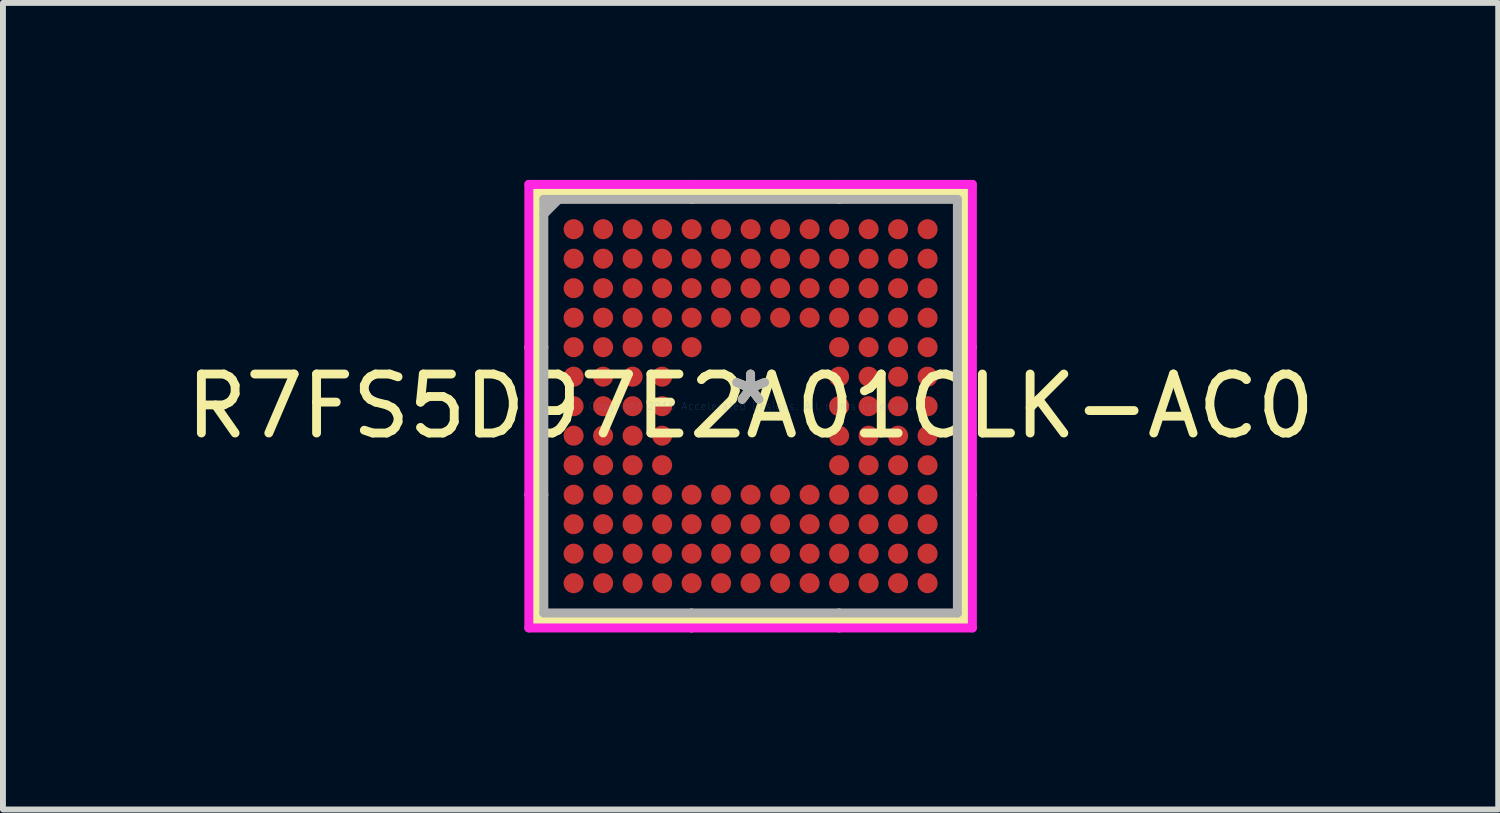
<source format=kicad_pcb>
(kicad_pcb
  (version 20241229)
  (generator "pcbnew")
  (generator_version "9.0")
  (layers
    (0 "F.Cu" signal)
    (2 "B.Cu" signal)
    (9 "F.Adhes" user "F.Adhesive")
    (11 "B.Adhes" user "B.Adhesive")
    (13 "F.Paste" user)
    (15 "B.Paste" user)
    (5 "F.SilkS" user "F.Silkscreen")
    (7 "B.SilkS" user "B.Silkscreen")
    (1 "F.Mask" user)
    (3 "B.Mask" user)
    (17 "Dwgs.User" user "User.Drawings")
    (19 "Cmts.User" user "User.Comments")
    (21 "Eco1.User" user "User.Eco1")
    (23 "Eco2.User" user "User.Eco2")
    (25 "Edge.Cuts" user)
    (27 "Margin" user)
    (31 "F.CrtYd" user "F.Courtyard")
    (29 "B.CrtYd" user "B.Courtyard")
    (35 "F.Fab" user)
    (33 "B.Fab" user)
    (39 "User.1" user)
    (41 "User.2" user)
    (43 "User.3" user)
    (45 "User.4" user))
  (footprint "R7FS5D97E2A01CLK-AC0"
    (layer "F.Cu")
    (at 9.673 3.835)
    (property "Reference" "R7FS5D97E2A01CLK-AC0" (at 0 0 0) (layer "F.SilkS") (effects (font (size 1 1) (thickness 0.15))))
    (attr through_hole)
    (fp_line (start -3.632 -3.632) (end -3.632 3.632) (stroke (width 0.152) (type solid)) (layer "F.SilkS"))
    (fp_line (start -3.632 3.632) (end 3.632 3.632) (stroke (width 0.152) (type solid)) (layer "F.SilkS"))
    (fp_line (start -3.505 -1) (end -3.759 -1) (stroke (width 0.152) (type solid)) (layer "F.SilkS"))
    (fp_line (start -3.505 1.5) (end -3.759 1.5) (stroke (width 0.152) (type solid)) (layer "F.SilkS"))
    (fp_line (start -1 -3.505) (end -1 -3.759) (stroke (width 0.152) (type solid)) (layer "F.SilkS"))
    (fp_line (start -1 3.505) (end -1 3.759) (stroke (width 0.152) (type solid)) (layer "F.SilkS"))
    (fp_line (start 1.5 -3.505) (end 1.5 -3.759) (stroke (width 0.152) (type solid)) (layer "F.SilkS"))
    (fp_line (start 1.5 3.505) (end 1.5 3.759) (stroke (width 0.152) (type solid)) (layer "F.SilkS"))
    (fp_line (start 3.505 -1) (end 3.759 -1) (stroke (width 0.152) (type solid)) (layer "F.SilkS"))
    (fp_line (start 3.505 1.5) (end 3.759 1.5) (stroke (width 0.152) (type solid)) (layer "F.SilkS"))
    (fp_line (start 3.632 -3.632) (end -3.632 -3.632) (stroke (width 0.152) (type solid)) (layer "F.SilkS"))
    (fp_line (start 3.632 3.632) (end 3.632 -3.632) (stroke (width 0.152) (type solid)) (layer "F.SilkS"))
    (fp_line (start -3.759 -3.759) (end 3.759 -3.759) (stroke (width 0.152) (type solid)) (layer "F.CrtYd"))
    (fp_line (start -3.759 3.759) (end -3.759 -3.759) (stroke (width 0.152) (type solid)) (layer "F.CrtYd"))
    (fp_line (start 3.759 -3.759) (end 3.759 3.759) (stroke (width 0.152) (type solid)) (layer "F.CrtYd"))
    (fp_line (start 3.759 3.759) (end -3.759 3.759) (stroke (width 0.152) (type solid)) (layer "F.CrtYd"))
    (fp_line (start -3.505 -3.505) (end -3.505 3.505) (stroke (width 0.152) (type solid)) (layer "F.Fab"))
    (fp_line (start -3.505 3.505) (end 3.505 3.505) (stroke (width 0.152) (type solid)) (layer "F.Fab"))
    (fp_line (start -3.255 -3.505) (end -3.505 -3.255) (stroke (width 0.152) (type solid)) (layer "F.Fab"))
    (fp_line (start 3.505 -3.505) (end -3.505 -3.505) (stroke (width 0.152) (type solid)) (layer "F.Fab"))
    (fp_line (start 3.505 3.505) (end 3.505 -3.505) (stroke (width 0.152) (type solid)) (layer "F.Fab"))
    (fp_text user "*" (at 0 0 0) (layer "F.SilkS") (effects (font (size 1 1) (thickness 0.15))))
    (fp_text user "Copyright 2016 Accelerated Designs. All rights reserved." (at 0 0 0) (layer "Cmts.User") (effects (font (size 0.127 0.127) (thickness 0.002))))
    (fp_text user "*" (at 0 0 0) (layer "F.Fab") (effects (font (size 1 1) (thickness 0.15))))
    (pad "A1" smd circle (at -3 -3) (size 0.34 0.34) (layers "F.Cu" "F.Mask" "F.Paste"))
    (pad "A2" smd circle (at -2.5 -3) (size 0.34 0.34) (layers "F.Cu" "F.Mask" "F.Paste"))
    (pad "A3" smd circle (at -2 -3) (size 0.34 0.34) (layers "F.Cu" "F.Mask" "F.Paste"))
    (pad "A4" smd circle (at -1.5 -3) (size 0.34 0.34) (layers "F.Cu" "F.Mask" "F.Paste"))
    (pad "A5" smd circle (at -1 -3) (size 0.34 0.34) (layers "F.Cu" "F.Mask" "F.Paste"))
    (pad "A6" smd circle (at -0.5 -3) (size 0.34 0.34) (layers "F.Cu" "F.Mask" "F.Paste"))
    (pad "A7" smd circle (at 0 -3) (size 0.34 0.34) (layers "F.Cu" "F.Mask" "F.Paste"))
    (pad "A8" smd circle (at 0.5 -3) (size 0.34 0.34) (layers "F.Cu" "F.Mask" "F.Paste"))
    (pad "A9" smd circle (at 1 -3) (size 0.34 0.34) (layers "F.Cu" "F.Mask" "F.Paste"))
    (pad "A10" smd circle (at 1.5 -3) (size 0.34 0.34) (layers "F.Cu" "F.Mask" "F.Paste"))
    (pad "A11" smd circle (at 2 -3) (size 0.34 0.34) (layers "F.Cu" "F.Mask" "F.Paste"))
    (pad "A12" smd circle (at 2.5 -3) (size 0.34 0.34) (layers "F.Cu" "F.Mask" "F.Paste"))
    (pad "A13" smd circle (at 3 -3) (size 0.34 0.34) (layers "F.Cu" "F.Mask" "F.Paste"))
    (pad "B1" smd circle (at -3 -2.5) (size 0.34 0.34) (layers "F.Cu" "F.Mask" "F.Paste"))
    (pad "B2" smd circle (at -2.5 -2.5) (size 0.34 0.34) (layers "F.Cu" "F.Mask" "F.Paste"))
    (pad "B3" smd circle (at -2 -2.5) (size 0.34 0.34) (layers "F.Cu" "F.Mask" "F.Paste"))
    (pad "B4" smd circle (at -1.5 -2.5) (size 0.34 0.34) (layers "F.Cu" "F.Mask" "F.Paste"))
    (pad "B5" smd circle (at -1 -2.5) (size 0.34 0.34) (layers "F.Cu" "F.Mask" "F.Paste"))
    (pad "B6" smd circle (at -0.5 -2.5) (size 0.34 0.34) (layers "F.Cu" "F.Mask" "F.Paste"))
    (pad "B7" smd circle (at 0 -2.5) (size 0.34 0.34) (layers "F.Cu" "F.Mask" "F.Paste"))
    (pad "B8" smd circle (at 0.5 -2.5) (size 0.34 0.34) (layers "F.Cu" "F.Mask" "F.Paste"))
    (pad "B9" smd circle (at 1 -2.5) (size 0.34 0.34) (layers "F.Cu" "F.Mask" "F.Paste"))
    (pad "B10" smd circle (at 1.5 -2.5) (size 0.34 0.34) (layers "F.Cu" "F.Mask" "F.Paste"))
    (pad "B11" smd circle (at 2 -2.5) (size 0.34 0.34) (layers "F.Cu" "F.Mask" "F.Paste"))
    (pad "B12" smd circle (at 2.5 -2.5) (size 0.34 0.34) (layers "F.Cu" "F.Mask" "F.Paste"))
    (pad "B13" smd circle (at 3 -2.5) (size 0.34 0.34) (layers "F.Cu" "F.Mask" "F.Paste"))
    (pad "C1" smd circle (at -3 -2) (size 0.34 0.34) (layers "F.Cu" "F.Mask" "F.Paste"))
    (pad "C2" smd circle (at -2.5 -2) (size 0.34 0.34) (layers "F.Cu" "F.Mask" "F.Paste"))
    (pad "C3" smd circle (at -2 -2) (size 0.34 0.34) (layers "F.Cu" "F.Mask" "F.Paste"))
    (pad "C4" smd circle (at -1.5 -2) (size 0.34 0.34) (layers "F.Cu" "F.Mask" "F.Paste"))
    (pad "C5" smd circle (at -1 -2) (size 0.34 0.34) (layers "F.Cu" "F.Mask" "F.Paste"))
    (pad "C6" smd circle (at -0.5 -2) (size 0.34 0.34) (layers "F.Cu" "F.Mask" "F.Paste"))
    (pad "C7" smd circle (at 0 -2) (size 0.34 0.34) (layers "F.Cu" "F.Mask" "F.Paste"))
    (pad "C8" smd circle (at 0.5 -2) (size 0.34 0.34) (layers "F.Cu" "F.Mask" "F.Paste"))
    (pad "C9" smd circle (at 1 -2) (size 0.34 0.34) (layers "F.Cu" "F.Mask" "F.Paste"))
    (pad "C10" smd circle (at 1.5 -2) (size 0.34 0.34) (layers "F.Cu" "F.Mask" "F.Paste"))
    (pad "C11" smd circle (at 2 -2) (size 0.34 0.34) (layers "F.Cu" "F.Mask" "F.Paste"))
    (pad "C12" smd circle (at 2.5 -2) (size 0.34 0.34) (layers "F.Cu" "F.Mask" "F.Paste"))
    (pad "C13" smd circle (at 3 -2) (size 0.34 0.34) (layers "F.Cu" "F.Mask" "F.Paste"))
    (pad "D1" smd circle (at -3 -1.5) (size 0.34 0.34) (layers "F.Cu" "F.Mask" "F.Paste"))
    (pad "D2" smd circle (at -2.5 -1.5) (size 0.34 0.34) (layers "F.Cu" "F.Mask" "F.Paste"))
    (pad "D3" smd circle (at -2 -1.5) (size 0.34 0.34) (layers "F.Cu" "F.Mask" "F.Paste"))
    (pad "D4" smd circle (at -1.5 -1.5) (size 0.34 0.34) (layers "F.Cu" "F.Mask" "F.Paste"))
    (pad "D5" smd circle (at -1 -1.5) (size 0.34 0.34) (layers "F.Cu" "F.Mask" "F.Paste"))
    (pad "D6" smd circle (at -0.5 -1.5) (size 0.34 0.34) (layers "F.Cu" "F.Mask" "F.Paste"))
    (pad "D7" smd circle (at 0 -1.5) (size 0.34 0.34) (layers "F.Cu" "F.Mask" "F.Paste"))
    (pad "D8" smd circle (at 0.5 -1.5) (size 0.34 0.34) (layers "F.Cu" "F.Mask" "F.Paste"))
    (pad "D9" smd circle (at 1 -1.5) (size 0.34 0.34) (layers "F.Cu" "F.Mask" "F.Paste"))
    (pad "D10" smd circle (at 1.5 -1.5) (size 0.34 0.34) (layers "F.Cu" "F.Mask" "F.Paste"))
    (pad "D11" smd circle (at 2 -1.5) (size 0.34 0.34) (layers "F.Cu" "F.Mask" "F.Paste"))
    (pad "D12" smd circle (at 2.5 -1.5) (size 0.34 0.34) (layers "F.Cu" "F.Mask" "F.Paste"))
    (pad "D13" smd circle (at 3 -1.5) (size 0.34 0.34) (layers "F.Cu" "F.Mask" "F.Paste"))
    (pad "E1" smd circle (at -3 -1) (size 0.34 0.34) (layers "F.Cu" "F.Mask" "F.Paste"))
    (pad "E2" smd circle (at -2.5 -1) (size 0.34 0.34) (layers "F.Cu" "F.Mask" "F.Paste"))
    (pad "E3" smd circle (at -2 -1) (size 0.34 0.34) (layers "F.Cu" "F.Mask" "F.Paste"))
    (pad "E4" smd circle (at -1.5 -1) (size 0.34 0.34) (layers "F.Cu" "F.Mask" "F.Paste"))
    (pad "E5" smd circle (at -1 -1) (size 0.34 0.34) (layers "F.Cu" "F.Mask" "F.Paste"))
    (pad "E10" smd circle (at 1.5 -1) (size 0.34 0.34) (layers "F.Cu" "F.Mask" "F.Paste"))
    (pad "E11" smd circle (at 2 -1) (size 0.34 0.34) (layers "F.Cu" "F.Mask" "F.Paste"))
    (pad "E12" smd circle (at 2.5 -1) (size 0.34 0.34) (layers "F.Cu" "F.Mask" "F.Paste"))
    (pad "E13" smd circle (at 3 -1) (size 0.34 0.34) (layers "F.Cu" "F.Mask" "F.Paste"))
    (pad "F1" smd circle (at -3 -0.5) (size 0.34 0.34) (layers "F.Cu" "F.Mask" "F.Paste"))
    (pad "F2" smd circle (at -2.5 -0.5) (size 0.34 0.34) (layers "F.Cu" "F.Mask" "F.Paste"))
    (pad "F3" smd circle (at -2 -0.5) (size 0.34 0.34) (layers "F.Cu" "F.Mask" "F.Paste"))
    (pad "F4" smd circle (at -1.5 -0.5) (size 0.34 0.34) (layers "F.Cu" "F.Mask" "F.Paste"))
    (pad "F10" smd circle (at 1.5 -0.5) (size 0.34 0.34) (layers "F.Cu" "F.Mask" "F.Paste"))
    (pad "F11" smd circle (at 2 -0.5) (size 0.34 0.34) (layers "F.Cu" "F.Mask" "F.Paste"))
    (pad "F12" smd circle (at 2.5 -0.5) (size 0.34 0.34) (layers "F.Cu" "F.Mask" "F.Paste"))
    (pad "F13" smd circle (at 3 -0.5) (size 0.34 0.34) (layers "F.Cu" "F.Mask" "F.Paste"))
    (pad "G1" smd circle (at -3 0) (size 0.34 0.34) (layers "F.Cu" "F.Mask" "F.Paste"))
    (pad "G2" smd circle (at -2.5 0) (size 0.34 0.34) (layers "F.Cu" "F.Mask" "F.Paste"))
    (pad "G3" smd circle (at -2 0) (size 0.34 0.34) (layers "F.Cu" "F.Mask" "F.Paste"))
    (pad "G4" smd circle (at -1.5 0) (size 0.34 0.34) (layers "F.Cu" "F.Mask" "F.Paste"))
    (pad "G10" smd circle (at 1.5 0) (size 0.34 0.34) (layers "F.Cu" "F.Mask" "F.Paste"))
    (pad "G11" smd circle (at 2 0) (size 0.34 0.34) (layers "F.Cu" "F.Mask" "F.Paste"))
    (pad "G12" smd circle (at 2.5 0) (size 0.34 0.34) (layers "F.Cu" "F.Mask" "F.Paste"))
    (pad "G13" smd circle (at 3 0) (size 0.34 0.34) (layers "F.Cu" "F.Mask" "F.Paste"))
    (pad "H1" smd circle (at -3 0.5) (size 0.34 0.34) (layers "F.Cu" "F.Mask" "F.Paste"))
    (pad "H2" smd circle (at -2.5 0.5) (size 0.34 0.34) (layers "F.Cu" "F.Mask" "F.Paste"))
    (pad "H3" smd circle (at -2 0.5) (size 0.34 0.34) (layers "F.Cu" "F.Mask" "F.Paste"))
    (pad "H4" smd circle (at -1.5 0.5) (size 0.34 0.34) (layers "F.Cu" "F.Mask" "F.Paste"))
    (pad "H10" smd circle (at 1.5 0.5) (size 0.34 0.34) (layers "F.Cu" "F.Mask" "F.Paste"))
    (pad "H11" smd circle (at 2 0.5) (size 0.34 0.34) (layers "F.Cu" "F.Mask" "F.Paste"))
    (pad "H12" smd circle (at 2.5 0.5) (size 0.34 0.34) (layers "F.Cu" "F.Mask" "F.Paste"))
    (pad "H13" smd circle (at 3 0.5) (size 0.34 0.34) (layers "F.Cu" "F.Mask" "F.Paste"))
    (pad "J1" smd circle (at -3 1) (size 0.34 0.34) (layers "F.Cu" "F.Mask" "F.Paste"))
    (pad "J2" smd circle (at -2.5 1) (size 0.34 0.34) (layers "F.Cu" "F.Mask" "F.Paste"))
    (pad "J3" smd circle (at -2 1) (size 0.34 0.34) (layers "F.Cu" "F.Mask" "F.Paste"))
    (pad "J4" smd circle (at -1.5 1) (size 0.34 0.34) (layers "F.Cu" "F.Mask" "F.Paste"))
    (pad "J10" smd circle (at 1.5 1) (size 0.34 0.34) (layers "F.Cu" "F.Mask" "F.Paste"))
    (pad "J11" smd circle (at 2 1) (size 0.34 0.34) (layers "F.Cu" "F.Mask" "F.Paste"))
    (pad "J12" smd circle (at 2.5 1) (size 0.34 0.34) (layers "F.Cu" "F.Mask" "F.Paste"))
    (pad "J13" smd circle (at 3 1) (size 0.34 0.34) (layers "F.Cu" "F.Mask" "F.Paste"))
    (pad "K1" smd circle (at -3 1.5) (size 0.34 0.34) (layers "F.Cu" "F.Mask" "F.Paste"))
    (pad "K2" smd circle (at -2.5 1.5) (size 0.34 0.34) (layers "F.Cu" "F.Mask" "F.Paste"))
    (pad "K3" smd circle (at -2 1.5) (size 0.34 0.34) (layers "F.Cu" "F.Mask" "F.Paste"))
    (pad "K4" smd circle (at -1.5 1.5) (size 0.34 0.34) (layers "F.Cu" "F.Mask" "F.Paste"))
    (pad "K5" smd circle (at -1 1.5) (size 0.34 0.34) (layers "F.Cu" "F.Mask" "F.Paste"))
    (pad "K6" smd circle (at -0.5 1.5) (size 0.34 0.34) (layers "F.Cu" "F.Mask" "F.Paste"))
    (pad "K7" smd circle (at 0 1.5) (size 0.34 0.34) (layers "F.Cu" "F.Mask" "F.Paste"))
    (pad "K8" smd circle (at 0.5 1.5) (size 0.34 0.34) (layers "F.Cu" "F.Mask" "F.Paste"))
    (pad "K9" smd circle (at 1 1.5) (size 0.34 0.34) (layers "F.Cu" "F.Mask" "F.Paste"))
    (pad "K10" smd circle (at 1.5 1.5) (size 0.34 0.34) (layers "F.Cu" "F.Mask" "F.Paste"))
    (pad "K11" smd circle (at 2 1.5) (size 0.34 0.34) (layers "F.Cu" "F.Mask" "F.Paste"))
    (pad "K12" smd circle (at 2.5 1.5) (size 0.34 0.34) (layers "F.Cu" "F.Mask" "F.Paste"))
    (pad "K13" smd circle (at 3 1.5) (size 0.34 0.34) (layers "F.Cu" "F.Mask" "F.Paste"))
    (pad "L1" smd circle (at -3 2) (size 0.34 0.34) (layers "F.Cu" "F.Mask" "F.Paste"))
    (pad "L2" smd circle (at -2.5 2) (size 0.34 0.34) (layers "F.Cu" "F.Mask" "F.Paste"))
    (pad "L3" smd circle (at -2 2) (size 0.34 0.34) (layers "F.Cu" "F.Mask" "F.Paste"))
    (pad "L4" smd circle (at -1.5 2) (size 0.34 0.34) (layers "F.Cu" "F.Mask" "F.Paste"))
    (pad "L5" smd circle (at -1 2) (size 0.34 0.34) (layers "F.Cu" "F.Mask" "F.Paste"))
    (pad "L6" smd circle (at -0.5 2) (size 0.34 0.34) (layers "F.Cu" "F.Mask" "F.Paste"))
    (pad "L7" smd circle (at 0 2) (size 0.34 0.34) (layers "F.Cu" "F.Mask" "F.Paste"))
    (pad "L8" smd circle (at 0.5 2) (size 0.34 0.34) (layers "F.Cu" "F.Mask" "F.Paste"))
    (pad "L9" smd circle (at 1 2) (size 0.34 0.34) (layers "F.Cu" "F.Mask" "F.Paste"))
    (pad "L10" smd circle (at 1.5 2) (size 0.34 0.34) (layers "F.Cu" "F.Mask" "F.Paste"))
    (pad "L11" smd circle (at 2 2) (size 0.34 0.34) (layers "F.Cu" "F.Mask" "F.Paste"))
    (pad "L12" smd circle (at 2.5 2) (size 0.34 0.34) (layers "F.Cu" "F.Mask" "F.Paste"))
    (pad "L13" smd circle (at 3 2) (size 0.34 0.34) (layers "F.Cu" "F.Mask" "F.Paste"))
    (pad "M1" smd circle (at -3 2.5) (size 0.34 0.34) (layers "F.Cu" "F.Mask" "F.Paste"))
    (pad "M2" smd circle (at -2.5 2.5) (size 0.34 0.34) (layers "F.Cu" "F.Mask" "F.Paste"))
    (pad "M3" smd circle (at -2 2.5) (size 0.34 0.34) (layers "F.Cu" "F.Mask" "F.Paste"))
    (pad "M4" smd circle (at -1.5 2.5) (size 0.34 0.34) (layers "F.Cu" "F.Mask" "F.Paste"))
    (pad "M5" smd circle (at -1 2.5) (size 0.34 0.34) (layers "F.Cu" "F.Mask" "F.Paste"))
    (pad "M6" smd circle (at -0.5 2.5) (size 0.34 0.34) (layers "F.Cu" "F.Mask" "F.Paste"))
    (pad "M7" smd circle (at 0 2.5) (size 0.34 0.34) (layers "F.Cu" "F.Mask" "F.Paste"))
    (pad "M8" smd circle (at 0.5 2.5) (size 0.34 0.34) (layers "F.Cu" "F.Mask" "F.Paste"))
    (pad "M9" smd circle (at 1 2.5) (size 0.34 0.34) (layers "F.Cu" "F.Mask" "F.Paste"))
    (pad "M10" smd circle (at 1.5 2.5) (size 0.34 0.34) (layers "F.Cu" "F.Mask" "F.Paste"))
    (pad "M11" smd circle (at 2 2.5) (size 0.34 0.34) (layers "F.Cu" "F.Mask" "F.Paste"))
    (pad "M12" smd circle (at 2.5 2.5) (size 0.34 0.34) (layers "F.Cu" "F.Mask" "F.Paste"))
    (pad "M13" smd circle (at 3 2.5) (size 0.34 0.34) (layers "F.Cu" "F.Mask" "F.Paste"))
    (pad "N1" smd circle (at -3 3) (size 0.34 0.34) (layers "F.Cu" "F.Mask" "F.Paste"))
    (pad "N2" smd circle (at -2.5 3) (size 0.34 0.34) (layers "F.Cu" "F.Mask" "F.Paste"))
    (pad "N3" smd circle (at -2 3) (size 0.34 0.34) (layers "F.Cu" "F.Mask" "F.Paste"))
    (pad "N4" smd circle (at -1.5 3) (size 0.34 0.34) (layers "F.Cu" "F.Mask" "F.Paste"))
    (pad "N5" smd circle (at -1 3) (size 0.34 0.34) (layers "F.Cu" "F.Mask" "F.Paste"))
    (pad "N6" smd circle (at -0.5 3) (size 0.34 0.34) (layers "F.Cu" "F.Mask" "F.Paste"))
    (pad "N7" smd circle (at 0 3) (size 0.34 0.34) (layers "F.Cu" "F.Mask" "F.Paste"))
    (pad "N8" smd circle (at 0.5 3) (size 0.34 0.34) (layers "F.Cu" "F.Mask" "F.Paste"))
    (pad "N9" smd circle (at 1 3) (size 0.34 0.34) (layers "F.Cu" "F.Mask" "F.Paste"))
    (pad "N10" smd circle (at 1.5 3) (size 0.34 0.34) (layers "F.Cu" "F.Mask" "F.Paste"))
    (pad "N11" smd circle (at 2 3) (size 0.34 0.34) (layers "F.Cu" "F.Mask" "F.Paste"))
    (pad "N12" smd circle (at 2.5 3) (size 0.34 0.34) (layers "F.Cu" "F.Mask" "F.Paste"))
    (pad "N13" smd circle (at 3 3) (size 0.34 0.34) (layers "F.Cu" "F.Mask" "F.Paste")))
  (gr_rect
    (start -3 -3)
    (end 22.345 10.671)
    (stroke (width 0.1) (type default))
    (fill no)
    (layer "Edge.Cuts")))
</source>
